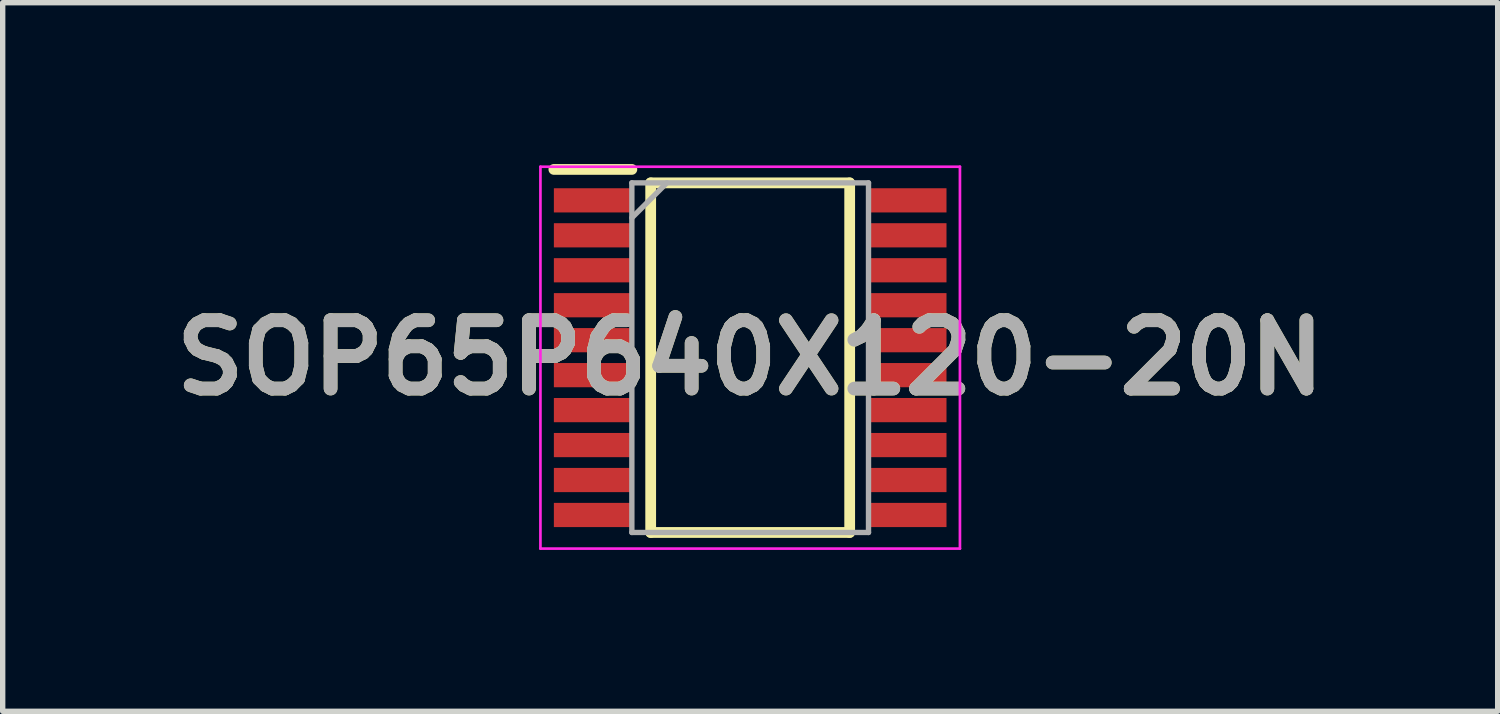
<source format=kicad_pcb>
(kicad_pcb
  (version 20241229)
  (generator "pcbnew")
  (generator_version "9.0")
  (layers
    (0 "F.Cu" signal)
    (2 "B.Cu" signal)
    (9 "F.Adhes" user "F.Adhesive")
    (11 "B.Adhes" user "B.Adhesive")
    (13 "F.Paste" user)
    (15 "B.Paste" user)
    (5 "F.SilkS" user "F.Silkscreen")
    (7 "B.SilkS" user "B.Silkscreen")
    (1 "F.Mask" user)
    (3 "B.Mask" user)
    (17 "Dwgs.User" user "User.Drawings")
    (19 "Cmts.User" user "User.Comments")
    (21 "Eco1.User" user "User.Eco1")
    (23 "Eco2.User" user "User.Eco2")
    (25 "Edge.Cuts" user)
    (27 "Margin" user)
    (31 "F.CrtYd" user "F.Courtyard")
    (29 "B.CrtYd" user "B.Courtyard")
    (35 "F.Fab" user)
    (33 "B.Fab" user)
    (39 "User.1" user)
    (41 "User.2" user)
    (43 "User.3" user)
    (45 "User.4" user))
  (footprint "SOP65P640X120-20N"
    (layer "F.Cu")
    (at 10.898 3.6)
    (property "Reference" "SOP65P640X120-20N" (at 0 0 0) (layer "F.SilkS") (effects (font (size 1.27 1.27) (thickness 0.254))))
    (attr smd)
    (fp_line (start -3.65 -3.5) (end -2.2 -3.5) (stroke (width 0.2) (type solid)) (layer "F.SilkS"))
    (fp_line (start -1.85 -3.25) (end 1.85 -3.25) (stroke (width 0.2) (type solid)) (layer "F.SilkS"))
    (fp_line (start -1.85 3.25) (end -1.85 -3.25) (stroke (width 0.2) (type solid)) (layer "F.SilkS"))
    (fp_line (start 1.85 -3.25) (end 1.85 3.25) (stroke (width 0.2) (type solid)) (layer "F.SilkS"))
    (fp_line (start 1.85 3.25) (end -1.85 3.25) (stroke (width 0.2) (type solid)) (layer "F.SilkS"))
    (fp_line (start -3.9 -3.55) (end 3.9 -3.55) (stroke (width 0.05) (type solid)) (layer "F.CrtYd"))
    (fp_line (start -3.9 3.55) (end -3.9 -3.55) (stroke (width 0.05) (type solid)) (layer "F.CrtYd"))
    (fp_line (start 3.9 -3.55) (end 3.9 3.55) (stroke (width 0.05) (type solid)) (layer "F.CrtYd"))
    (fp_line (start 3.9 3.55) (end -3.9 3.55) (stroke (width 0.05) (type solid)) (layer "F.CrtYd"))
    (fp_line (start -2.2 -3.25) (end 2.2 -3.25) (stroke (width 0.1) (type solid)) (layer "F.Fab"))
    (fp_line (start -2.2 -2.6) (end -1.55 -3.25) (stroke (width 0.1) (type solid)) (layer "F.Fab"))
    (fp_line (start -2.2 3.25) (end -2.2 -3.25) (stroke (width 0.1) (type solid)) (layer "F.Fab"))
    (fp_line (start 2.2 -3.25) (end 2.2 3.25) (stroke (width 0.1) (type solid)) (layer "F.Fab"))
    (fp_line (start 2.2 3.25) (end -2.2 3.25) (stroke (width 0.1) (type solid)) (layer "F.Fab"))
    (fp_text user "${REFERENCE}" (at 0 0 0) (layer "F.Fab") (effects (font (size 1.27 1.27) (thickness 0.254))))
    (pad "1" smd rect (at -2.925 -2.925 90) (size 0.45 1.45) (layers "F.Cu" "F.Mask" "F.Paste"))
    (pad "2" smd rect (at -2.925 -2.275 90) (size 0.45 1.45) (layers "F.Cu" "F.Mask" "F.Paste"))
    (pad "3" smd rect (at -2.925 -1.625 90) (size 0.45 1.45) (layers "F.Cu" "F.Mask" "F.Paste"))
    (pad "4" smd rect (at -2.925 -0.975 90) (size 0.45 1.45) (layers "F.Cu" "F.Mask" "F.Paste"))
    (pad "5" smd rect (at -2.925 -0.325 90) (size 0.45 1.45) (layers "F.Cu" "F.Mask" "F.Paste"))
    (pad "6" smd rect (at -2.925 0.325 90) (size 0.45 1.45) (layers "F.Cu" "F.Mask" "F.Paste"))
    (pad "7" smd rect (at -2.925 0.975 90) (size 0.45 1.45) (layers "F.Cu" "F.Mask" "F.Paste"))
    (pad "8" smd rect (at -2.925 1.625 90) (size 0.45 1.45) (layers "F.Cu" "F.Mask" "F.Paste"))
    (pad "9" smd rect (at -2.925 2.275 90) (size 0.45 1.45) (layers "F.Cu" "F.Mask" "F.Paste"))
    (pad "10" smd rect (at -2.925 2.925 90) (size 0.45 1.45) (layers "F.Cu" "F.Mask" "F.Paste"))
    (pad "11" smd rect (at 2.925 2.925 90) (size 0.45 1.45) (layers "F.Cu" "F.Mask" "F.Paste"))
    (pad "12" smd rect (at 2.925 2.275 90) (size 0.45 1.45) (layers "F.Cu" "F.Mask" "F.Paste"))
    (pad "13" smd rect (at 2.925 1.625 90) (size 0.45 1.45) (layers "F.Cu" "F.Mask" "F.Paste"))
    (pad "14" smd rect (at 2.925 0.975 90) (size 0.45 1.45) (layers "F.Cu" "F.Mask" "F.Paste"))
    (pad "15" smd rect (at 2.925 0.325 90) (size 0.45 1.45) (layers "F.Cu" "F.Mask" "F.Paste"))
    (pad "16" smd rect (at 2.925 -0.325 90) (size 0.45 1.45) (layers "F.Cu" "F.Mask" "F.Paste"))
    (pad "17" smd rect (at 2.925 -0.975 90) (size 0.45 1.45) (layers "F.Cu" "F.Mask" "F.Paste"))
    (pad "18" smd rect (at 2.925 -1.625 90) (size 0.45 1.45) (layers "F.Cu" "F.Mask" "F.Paste"))
    (pad "19" smd rect (at 2.925 -2.275 90) (size 0.45 1.45) (layers "F.Cu" "F.Mask" "F.Paste"))
    (pad "20" smd rect (at 2.925 -2.925 90) (size 0.45 1.45) (layers "F.Cu" "F.Mask" "F.Paste")))
  (gr_rect
    (start -3 -3)
    (end 24.796 10.175)
    (stroke (width 0.1) (type default))
    (fill no)
    (layer "Edge.Cuts")))
</source>
